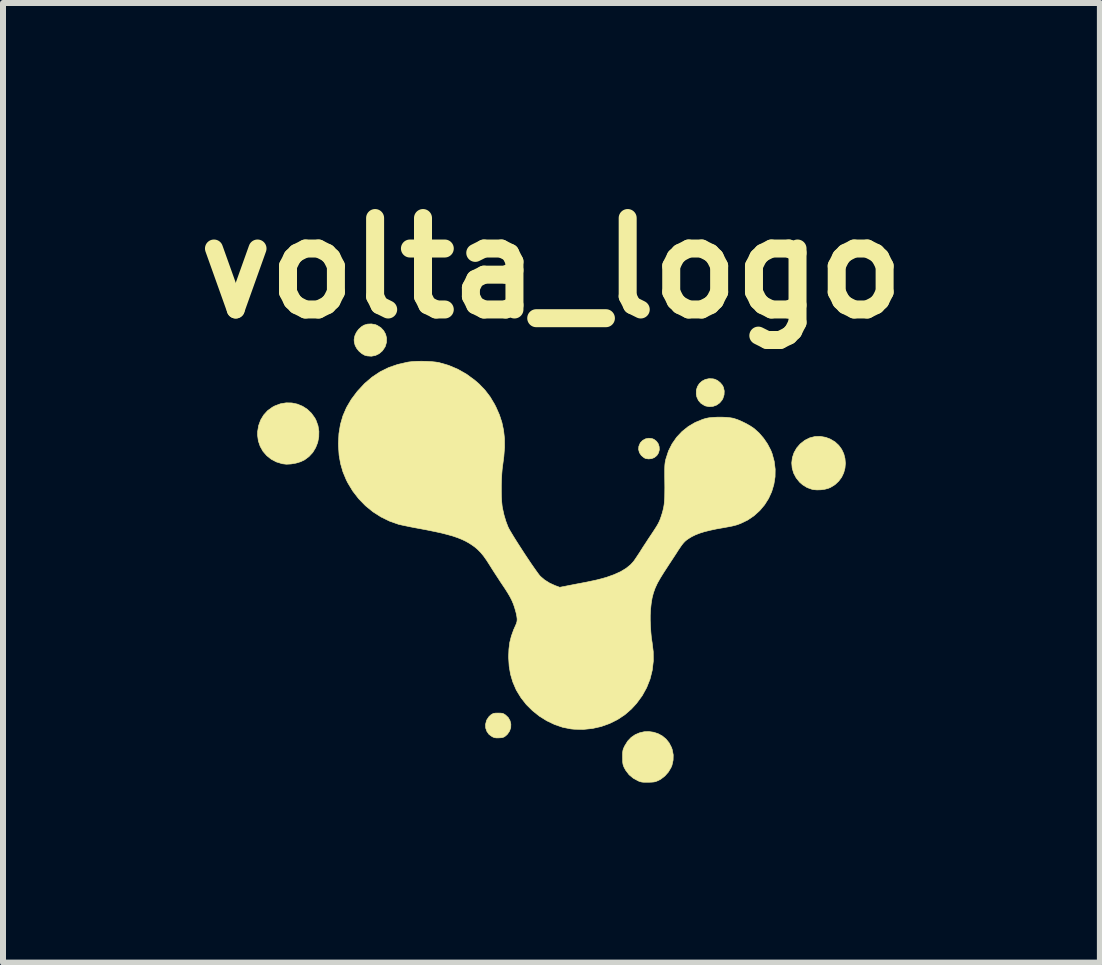
<source format=kicad_pcb>
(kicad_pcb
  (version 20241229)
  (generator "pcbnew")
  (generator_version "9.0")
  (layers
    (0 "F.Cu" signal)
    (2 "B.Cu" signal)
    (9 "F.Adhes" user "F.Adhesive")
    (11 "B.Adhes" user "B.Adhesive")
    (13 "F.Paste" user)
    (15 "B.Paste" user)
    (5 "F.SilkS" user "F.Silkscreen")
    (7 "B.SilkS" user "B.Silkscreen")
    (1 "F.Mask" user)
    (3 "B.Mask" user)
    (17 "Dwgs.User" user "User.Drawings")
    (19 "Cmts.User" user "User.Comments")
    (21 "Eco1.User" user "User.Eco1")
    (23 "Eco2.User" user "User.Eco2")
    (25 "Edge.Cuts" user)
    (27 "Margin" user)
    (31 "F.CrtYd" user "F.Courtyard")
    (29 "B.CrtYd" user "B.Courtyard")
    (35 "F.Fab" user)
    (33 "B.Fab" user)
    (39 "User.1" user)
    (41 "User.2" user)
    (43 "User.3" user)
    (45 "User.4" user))
  (footprint "volta_logo"
    (layer "F.Cu")
    (at 6.14 6.168)
    (property "Reference" "volta_logo" (at 0 -4.75 0) (layer "F.SilkS") (effects (font (size 1.524 1.524) (thickness 0.3))))
    (attr through_hole)
    (fp_poly (pts (xy 1.675 -1.909) (xy 1.707 -1.897) (xy 1.75 -1.864) (xy 1.78 -1.821) (xy 1.795 -1.772) (xy 1.797 -1.72) (xy 1.783 -1.67) (xy 1.756 -1.627) (xy 1.714 -1.593) (xy 1.668 -1.575) (xy 1.618 -1.57) (xy 1.57 -1.577) (xy 1.545 -1.589) (xy 1.497 -1.628) (xy 1.466 -1.675) (xy 1.452 -1.727) (xy 1.456 -1.781) (xy 1.479 -1.835) (xy 1.483 -1.841) (xy 1.52 -1.879) (xy 1.568 -1.905) (xy 1.622 -1.915) (xy 1.675 -1.909)) (stroke (width 0.01) (type solid)) (fill yes) (layer "F.SilkS"))
    (fp_poly (pts (xy 2.692 -2.905) (xy 2.722 -2.898) (xy 2.767 -2.877) (xy 2.811 -2.842) (xy 2.847 -2.8) (xy 2.865 -2.765) (xy 2.879 -2.703) (xy 2.876 -2.638) (xy 2.856 -2.576) (xy 2.844 -2.554) (xy 2.803 -2.504) (xy 2.75 -2.467) (xy 2.691 -2.446) (xy 2.628 -2.441) (xy 2.567 -2.453) (xy 2.55 -2.46) (xy 2.491 -2.497) (xy 2.449 -2.545) (xy 2.422 -2.604) (xy 2.413 -2.65) (xy 2.414 -2.716) (xy 2.433 -2.776) (xy 2.465 -2.827) (xy 2.51 -2.867) (xy 2.564 -2.895) (xy 2.626 -2.908) (xy 2.692 -2.905)) (stroke (width 0.01) (type solid)) (fill yes) (layer "F.SilkS"))
    (fp_poly (pts (xy -2.937 -3.809) (xy -2.905 -3.796) (xy -2.844 -3.758) (xy -2.797 -3.708) (xy -2.764 -3.648) (xy -2.748 -3.584) (xy -2.749 -3.516) (xy -2.768 -3.449) (xy -2.776 -3.433) (xy -2.817 -3.372) (xy -2.87 -3.326) (xy -2.932 -3.295) (xy -3 -3.282) (xy -3.07 -3.287) (xy -3.11 -3.297) (xy -3.157 -3.323) (xy -3.204 -3.362) (xy -3.243 -3.409) (xy -3.27 -3.458) (xy -3.274 -3.47) (xy -3.286 -3.517) (xy -3.289 -3.556) (xy -3.283 -3.596) (xy -3.274 -3.629) (xy -3.25 -3.681) (xy -3.212 -3.732) (xy -3.165 -3.774) (xy -3.125 -3.799) (xy -3.066 -3.817) (xy -3.002 -3.82) (xy -2.937 -3.809)) (stroke (width 0.01) (type solid)) (fill yes) (layer "F.SilkS"))
    (fp_poly (pts (xy -0.848 2.666) (xy -0.82 2.669) (xy -0.797 2.677) (xy -0.774 2.692) (xy -0.768 2.695) (xy -0.721 2.739) (xy -0.691 2.792) (xy -0.677 2.849) (xy -0.679 2.907) (xy -0.698 2.964) (xy -0.734 3.017) (xy -0.763 3.044) (xy -0.787 3.061) (xy -0.81 3.071) (xy -0.839 3.076) (xy -0.873 3.078) (xy -0.915 3.079) (xy -0.946 3.075) (xy -0.972 3.066) (xy -0.99 3.057) (xy -1.041 3.02) (xy -1.076 2.971) (xy -1.096 2.915) (xy -1.099 2.855) (xy -1.083 2.792) (xy -1.076 2.776) (xy -1.041 2.724) (xy -1.008 2.694) (xy -0.984 2.679) (xy -0.962 2.67) (xy -0.934 2.666) (xy -0.895 2.665) (xy -0.889 2.665) (xy -0.848 2.666)) (stroke (width 0.01) (type solid)) (fill yes) (layer "F.SilkS"))
    (fp_poly (pts (xy 4.57 -1.93) (xy 4.646 -1.901) (xy 4.724 -1.855) (xy 4.787 -1.797) (xy 4.836 -1.73) (xy 4.871 -1.656) (xy 4.891 -1.578) (xy 4.898 -1.497) (xy 4.891 -1.417) (xy 4.87 -1.339) (xy 4.835 -1.265) (xy 4.786 -1.199) (xy 4.724 -1.141) (xy 4.649 -1.095) (xy 4.612 -1.08) (xy 4.556 -1.065) (xy 4.492 -1.056) (xy 4.425 -1.054) (xy 4.365 -1.059) (xy 4.345 -1.063) (xy 4.26 -1.093) (xy 4.187 -1.138) (xy 4.137 -1.181) (xy 4.078 -1.254) (xy 4.036 -1.333) (xy 4.011 -1.418) (xy 4.004 -1.504) (xy 4.014 -1.59) (xy 4.042 -1.674) (xy 4.087 -1.753) (xy 4.145 -1.82) (xy 4.221 -1.88) (xy 4.303 -1.921) (xy 4.389 -1.943) (xy 4.479 -1.946) (xy 4.57 -1.93)) (stroke (width 0.01) (type solid)) (fill yes) (layer "F.SilkS"))
    (fp_poly (pts (xy -4.326 -2.503) (xy -4.235 -2.484) (xy -4.148 -2.448) (xy -4.07 -2.398) (xy -4.001 -2.332) (xy -3.944 -2.253) (xy -3.924 -2.215) (xy -3.891 -2.124) (xy -3.876 -2.03) (xy -3.878 -1.936) (xy -3.896 -1.844) (xy -3.93 -1.758) (xy -3.978 -1.678) (xy -4.041 -1.61) (xy -4.116 -1.554) (xy -4.182 -1.523) (xy -4.259 -1.5) (xy -4.34 -1.486) (xy -4.418 -1.482) (xy -4.485 -1.49) (xy -4.584 -1.52) (xy -4.671 -1.566) (xy -4.746 -1.626) (xy -4.808 -1.698) (xy -4.854 -1.78) (xy -4.885 -1.87) (xy -4.898 -1.968) (xy -4.897 -2.025) (xy -4.88 -2.126) (xy -4.846 -2.219) (xy -4.796 -2.302) (xy -4.731 -2.374) (xy -4.651 -2.432) (xy -4.61 -2.454) (xy -4.516 -2.489) (xy -4.421 -2.505) (xy -4.326 -2.503)) (stroke (width 0.01) (type solid)) (fill yes) (layer "F.SilkS"))
    (fp_poly (pts (xy 1.701 2.984) (xy 1.776 3.008) (xy 1.846 3.046) (xy 1.908 3.097) (xy 1.96 3.161) (xy 2 3.238) (xy 2.012 3.273) (xy 2.029 3.361) (xy 2.027 3.45) (xy 2.008 3.535) (xy 1.992 3.573) (xy 1.948 3.648) (xy 1.889 3.714) (xy 1.822 3.766) (xy 1.791 3.783) (xy 1.76 3.797) (xy 1.734 3.807) (xy 1.706 3.813) (xy 1.67 3.816) (xy 1.622 3.818) (xy 1.615 3.818) (xy 1.564 3.818) (xy 1.526 3.817) (xy 1.498 3.813) (xy 1.472 3.806) (xy 1.449 3.797) (xy 1.364 3.751) (xy 1.293 3.692) (xy 1.236 3.617) (xy 1.208 3.565) (xy 1.198 3.539) (xy 1.191 3.514) (xy 1.187 3.483) (xy 1.186 3.44) (xy 1.185 3.399) (xy 1.185 3.349) (xy 1.187 3.313) (xy 1.191 3.286) (xy 1.198 3.262) (xy 1.21 3.234) (xy 1.223 3.208) (xy 1.27 3.132) (xy 1.328 3.071) (xy 1.395 3.025) (xy 1.468 2.994) (xy 1.545 2.976) (xy 1.623 2.973) (xy 1.701 2.984)) (stroke (width 0.01) (type solid)) (fill yes) (layer "F.SilkS"))
    (fp_poly (pts (xy -2.081 -3.196) (xy -2.002 -3.192) (xy -1.933 -3.185) (xy -1.878 -3.177) (xy -1.875 -3.176) (xy -1.715 -3.13) (xy -1.561 -3.065) (xy -1.415 -2.982) (xy -1.279 -2.882) (xy -1.206 -2.819) (xy -1.108 -2.717) (xy -1.023 -2.606) (xy -0.949 -2.482) (xy -0.925 -2.435) (xy -0.868 -2.306) (xy -0.826 -2.178) (xy -0.798 -2.046) (xy -0.783 -1.91) (xy -0.782 -1.765) (xy -0.794 -1.609) (xy -0.811 -1.48) (xy -0.821 -1.405) (xy -0.828 -1.319) (xy -0.833 -1.224) (xy -0.836 -1.126) (xy -0.836 -1.029) (xy -0.834 -0.936) (xy -0.829 -0.853) (xy -0.822 -0.783) (xy -0.817 -0.753) (xy -0.791 -0.636) (xy -0.76 -0.532) (xy -0.726 -0.443) (xy -0.714 -0.417) (xy -0.694 -0.381) (xy -0.665 -0.332) (xy -0.629 -0.272) (xy -0.587 -0.205) (xy -0.541 -0.133) (xy -0.492 -0.057) (xy -0.442 0.02) (xy -0.392 0.095) (xy -0.344 0.167) (xy -0.299 0.232) (xy -0.258 0.29) (xy -0.225 0.336) (xy -0.199 0.37) (xy -0.185 0.386) (xy -0.115 0.446) (xy -0.03 0.499) (xy 0.064 0.542) (xy 0.076 0.546) (xy 0.138 0.569) (xy 0.286 0.54) (xy 0.353 0.527) (xy 0.43 0.512) (xy 0.51 0.497) (xy 0.583 0.483) (xy 0.598 0.48) (xy 0.765 0.444) (xy 0.913 0.404) (xy 1.042 0.358) (xy 1.153 0.308) (xy 1.245 0.252) (xy 1.32 0.191) (xy 1.368 0.138) (xy 1.388 0.11) (xy 1.415 0.07) (xy 1.447 0.022) (xy 1.48 -0.028) (xy 1.49 -0.045) (xy 1.528 -0.105) (xy 1.573 -0.173) (xy 1.617 -0.241) (xy 1.658 -0.302) (xy 1.66 -0.305) (xy 1.703 -0.37) (xy 1.736 -0.421) (xy 1.762 -0.463) (xy 1.782 -0.499) (xy 1.798 -0.532) (xy 1.812 -0.566) (xy 1.825 -0.603) (xy 1.829 -0.615) (xy 1.846 -0.668) (xy 1.859 -0.716) (xy 1.87 -0.764) (xy 1.878 -0.814) (xy 1.883 -0.869) (xy 1.887 -0.932) (xy 1.888 -1.007) (xy 1.889 -1.096) (xy 1.888 -1.185) (xy 1.887 -1.271) (xy 1.887 -1.341) (xy 1.887 -1.395) (xy 1.888 -1.439) (xy 1.89 -1.473) (xy 1.893 -1.501) (xy 1.897 -1.526) (xy 1.902 -1.551) (xy 1.908 -1.573) (xy 1.95 -1.703) (xy 2.01 -1.822) (xy 2.085 -1.93) (xy 2.175 -2.026) (xy 2.278 -2.109) (xy 2.393 -2.177) (xy 2.519 -2.229) (xy 2.575 -2.246) (xy 2.626 -2.256) (xy 2.692 -2.262) (xy 2.765 -2.266) (xy 2.842 -2.266) (xy 2.916 -2.263) (xy 2.982 -2.256) (xy 3.034 -2.247) (xy 3.035 -2.246) (xy 3.098 -2.226) (xy 3.17 -2.195) (xy 3.244 -2.159) (xy 3.314 -2.119) (xy 3.372 -2.08) (xy 3.374 -2.079) (xy 3.457 -2.005) (xy 3.534 -1.916) (xy 3.601 -1.818) (xy 3.655 -1.714) (xy 3.677 -1.658) (xy 3.712 -1.529) (xy 3.728 -1.399) (xy 3.726 -1.271) (xy 3.706 -1.146) (xy 3.67 -1.025) (xy 3.618 -0.911) (xy 3.551 -0.805) (xy 3.47 -0.709) (xy 3.375 -0.623) (xy 3.269 -0.551) (xy 3.15 -0.494) (xy 3.09 -0.472) (xy 3.057 -0.463) (xy 3.009 -0.451) (xy 2.952 -0.44) (xy 2.892 -0.429) (xy 2.87 -0.425) (xy 2.746 -0.403) (xy 2.639 -0.38) (xy 2.547 -0.357) (xy 2.468 -0.332) (xy 2.399 -0.305) (xy 2.338 -0.275) (xy 2.305 -0.255) (xy 2.272 -0.234) (xy 2.245 -0.214) (xy 2.221 -0.193) (xy 2.198 -0.168) (xy 2.172 -0.136) (xy 2.143 -0.094) (xy 2.106 -0.039) (xy 2.088 -0.01) (xy 2.051 0.047) (xy 2.007 0.114) (xy 1.959 0.187) (xy 1.913 0.258) (xy 1.877 0.313) (xy 1.816 0.411) (xy 1.766 0.499) (xy 1.728 0.581) (xy 1.699 0.662) (xy 1.677 0.746) (xy 1.662 0.837) (xy 1.651 0.94) (xy 1.65 0.955) (xy 1.646 1.034) (xy 1.646 1.124) (xy 1.65 1.22) (xy 1.656 1.314) (xy 1.664 1.402) (xy 1.675 1.477) (xy 1.676 1.48) (xy 1.696 1.642) (xy 1.697 1.799) (xy 1.679 1.952) (xy 1.642 2.1) (xy 1.586 2.241) (xy 1.512 2.375) (xy 1.419 2.502) (xy 1.333 2.596) (xy 1.223 2.692) (xy 1.101 2.773) (xy 0.968 2.839) (xy 0.828 2.889) (xy 0.682 2.922) (xy 0.532 2.937) (xy 0.38 2.934) (xy 0.325 2.929) (xy 0.188 2.902) (xy 0.053 2.856) (xy -0.077 2.794) (xy -0.201 2.717) (xy -0.315 2.626) (xy -0.419 2.523) (xy -0.508 2.409) (xy -0.583 2.287) (xy -0.59 2.273) (xy -0.644 2.147) (xy -0.682 2.019) (xy -0.705 1.884) (xy -0.714 1.738) (xy -0.714 1.72) (xy -0.709 1.598) (xy -0.695 1.487) (xy -0.668 1.381) (xy -0.629 1.273) (xy -0.599 1.207) (xy -0.583 1.169) (xy -0.574 1.134) (xy -0.572 1.098) (xy -0.577 1.056) (xy -0.588 1.001) (xy -0.594 0.978) (xy -0.613 0.911) (xy -0.634 0.849) (xy -0.659 0.79) (xy -0.69 0.729) (xy -0.729 0.662) (xy -0.778 0.585) (xy -0.805 0.545) (xy -0.85 0.478) (xy -0.898 0.404) (xy -0.947 0.329) (xy -0.992 0.259) (xy -1.025 0.206) (xy -1.08 0.12) (xy -1.131 0.048) (xy -1.179 -0.01) (xy -1.228 -0.06) (xy -1.28 -0.104) (xy -1.315 -0.129) (xy -1.371 -0.166) (xy -1.43 -0.199) (xy -1.493 -0.229) (xy -1.563 -0.257) (xy -1.641 -0.284) (xy -1.73 -0.309) (xy -1.831 -0.335) (xy -1.946 -0.36) (xy -2.078 -0.387) (xy -2.2 -0.41) (xy -2.276 -0.424) (xy -2.349 -0.438) (xy -2.416 -0.452) (xy -2.474 -0.464) (xy -2.519 -0.474) (xy -2.546 -0.48) (xy -2.697 -0.533) (xy -2.84 -0.603) (xy -2.975 -0.689) (xy -3.1 -0.791) (xy -3.212 -0.906) (xy -3.311 -1.034) (xy -3.395 -1.173) (xy -3.42 -1.223) (xy -3.475 -1.355) (xy -3.514 -1.49) (xy -3.539 -1.631) (xy -3.549 -1.783) (xy -3.55 -1.831) (xy -3.542 -1.992) (xy -3.517 -2.145) (xy -3.475 -2.289) (xy -3.415 -2.428) (xy -3.336 -2.562) (xy -3.237 -2.694) (xy -3.229 -2.703) (xy -3.114 -2.827) (xy -2.99 -2.933) (xy -2.856 -3.022) (xy -2.713 -3.093) (xy -2.559 -3.146) (xy -2.395 -3.183) (xy -2.375 -3.186) (xy -2.315 -3.193) (xy -2.242 -3.197) (xy -2.162 -3.198) (xy -2.081 -3.196)) (stroke (width 0.01) (type solid)) (fill yes) (layer "F.SilkS")))
  (gr_rect
    (start -3 -3)
    (end 15.279 12.991)
    (stroke (width 0.1) (type default))
    (fill no)
    (layer "Edge.Cuts")))
</source>
